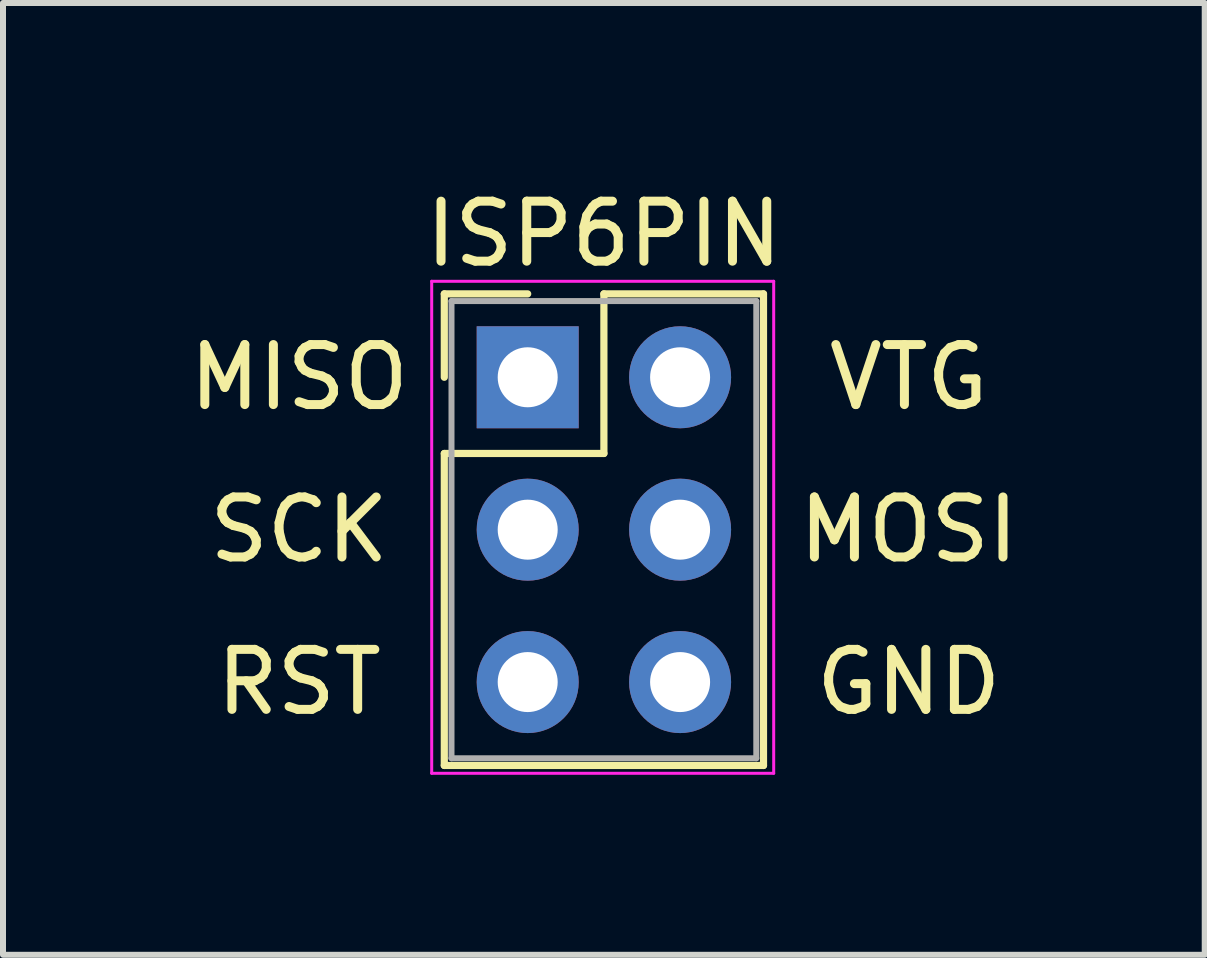
<source format=kicad_pcb>
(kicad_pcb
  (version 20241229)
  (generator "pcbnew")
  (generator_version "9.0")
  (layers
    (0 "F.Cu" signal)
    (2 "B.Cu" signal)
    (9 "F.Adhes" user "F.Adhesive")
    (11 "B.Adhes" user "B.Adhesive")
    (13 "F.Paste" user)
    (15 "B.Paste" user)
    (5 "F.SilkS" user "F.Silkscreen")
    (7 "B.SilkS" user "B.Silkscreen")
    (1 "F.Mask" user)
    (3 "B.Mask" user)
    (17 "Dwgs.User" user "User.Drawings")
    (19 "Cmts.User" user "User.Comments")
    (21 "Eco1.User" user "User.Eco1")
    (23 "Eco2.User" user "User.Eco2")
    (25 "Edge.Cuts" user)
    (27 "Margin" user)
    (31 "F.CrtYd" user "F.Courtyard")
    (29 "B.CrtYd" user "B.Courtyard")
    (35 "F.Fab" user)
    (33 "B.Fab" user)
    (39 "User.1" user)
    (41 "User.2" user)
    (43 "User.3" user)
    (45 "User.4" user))
  (footprint "ISP6PIN"
    (layer "F.Cu")
    (at 5.745 3.238)
    (property "Reference" "ISP6PIN" (at 1.27 -2.39 0) (layer "F.SilkS") (effects (font (size 1 1) (thickness 0.15))))
    (attr through_hole)
    (fp_line (start -1.39 -1.39) (end 0 -1.39) (stroke (width 0.12) (type solid)) (layer "F.SilkS"))
    (fp_line (start -1.39 0) (end -1.39 -1.39) (stroke (width 0.12) (type solid)) (layer "F.SilkS"))
    (fp_line (start -1.39 1.27) (end -1.39 6.47) (stroke (width 0.12) (type solid)) (layer "F.SilkS"))
    (fp_line (start -1.39 6.47) (end 3.93 6.47) (stroke (width 0.12) (type solid)) (layer "F.SilkS"))
    (fp_line (start 1.27 -1.39) (end 1.27 1.27) (stroke (width 0.12) (type solid)) (layer "F.SilkS"))
    (fp_line (start 1.27 1.27) (end -1.39 1.27) (stroke (width 0.12) (type solid)) (layer "F.SilkS"))
    (fp_line (start 3.93 -1.39) (end 1.27 -1.39) (stroke (width 0.12) (type solid)) (layer "F.SilkS"))
    (fp_line (start 3.93 6.47) (end 3.93 -1.39) (stroke (width 0.12) (type solid)) (layer "F.SilkS"))
    (fp_line (start -1.6 -1.6) (end -1.6 6.6) (stroke (width 0.05) (type solid)) (layer "F.CrtYd"))
    (fp_line (start -1.6 6.6) (end 4.1 6.6) (stroke (width 0.05) (type solid)) (layer "F.CrtYd"))
    (fp_line (start 4.1 -1.6) (end -1.6 -1.6) (stroke (width 0.05) (type solid)) (layer "F.CrtYd"))
    (fp_line (start 4.1 6.6) (end 4.1 -1.6) (stroke (width 0.05) (type solid)) (layer "F.CrtYd"))
    (fp_line (start -1.27 -1.27) (end -1.27 6.35) (stroke (width 0.1) (type solid)) (layer "F.Fab"))
    (fp_line (start -1.27 6.35) (end 3.81 6.35) (stroke (width 0.1) (type solid)) (layer "F.Fab"))
    (fp_line (start 3.81 -1.27) (end -1.27 -1.27) (stroke (width 0.1) (type solid)) (layer "F.Fab"))
    (fp_line (start 3.81 6.35) (end 3.81 -1.27) (stroke (width 0.1) (type solid)) (layer "F.Fab"))
    (fp_text user "RST" (at -3.81 5.08 0) (layer "F.SilkS") (effects (font (size 1 1) (thickness 0.15))))
    (fp_text user "MISO" (at -3.81 0 0) (layer "F.SilkS") (effects (font (size 1 1) (thickness 0.15))))
    (fp_text user "GND" (at 6.35 5.08 0) (layer "F.SilkS") (effects (font (size 1 1) (thickness 0.15))))
    (fp_text user "MOSI" (at 6.35 2.54 0) (layer "F.SilkS") (effects (font (size 1 1) (thickness 0.15))))
    (fp_text user "VTG" (at 6.35 0 0) (layer "F.SilkS") (effects (font (size 1 1) (thickness 0.15))))
    (fp_text user "SCK" (at -3.81 2.54 0) (layer "F.SilkS") (effects (font (size 1 1) (thickness 0.15))))
    (pad "1" thru_hole rect (at 0 0) (size 1.7 1.7) (drill 1) (layers "*.Cu" "*.Mask"))
    (pad "2" thru_hole oval (at 0 2.54) (size 1.7 1.7) (drill 1) (layers "*.Cu" "*.Mask"))
    (pad "3" thru_hole oval (at 0 5.08) (size 1.7 1.7) (drill 1) (layers "*.Cu" "*.Mask"))
    (pad "4" thru_hole oval (at 2.54 0) (size 1.7 1.7) (drill 1) (layers "*.Cu" "*.Mask"))
    (pad "5" thru_hole oval (at 2.54 2.54) (size 1.7 1.7) (drill 1) (layers "*.Cu" "*.Mask"))
    (pad "6" thru_hole oval (at 2.54 5.08) (size 1.7 1.7) (drill 1) (layers "*.Cu" "*.Mask")))
  (gr_rect
    (start -3 -3)
    (end 17.029 12.863)
    (stroke (width 0.1) (type default))
    (fill no)
    (layer "Edge.Cuts")))
</source>
